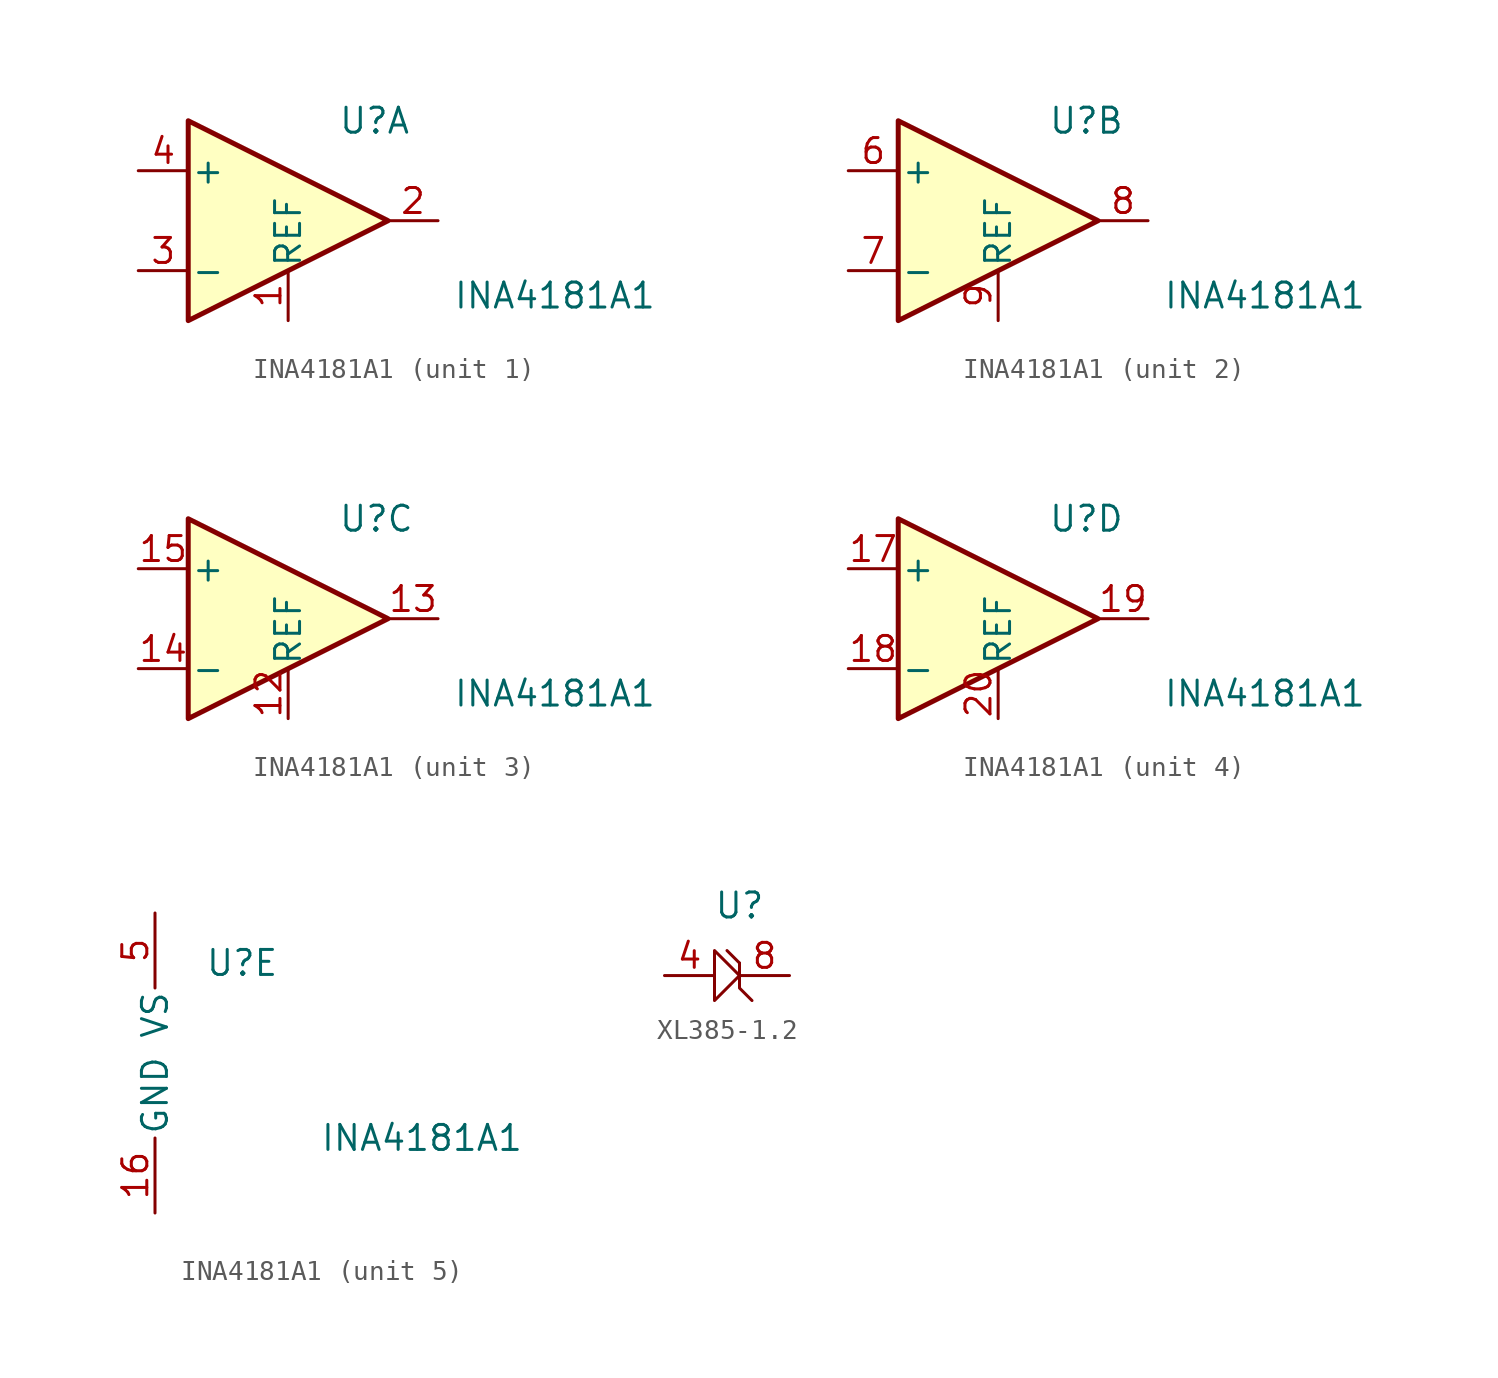
<source format=kicad_sym>
(kicad_symbol_lib
  (version 20241209)
  (generator "kicad_symbol_editor")
  (generator_version "9.0")
  (symbol "INA4181A1"
    (pin_names
      (offset 0.127))
    (property "Reference" "U"
      (at 2.54 5.08 0)
      (effects (font (size 1.27 1.27)) (justify left)))
    (property "Value" "INA4181A1"
      (at 8.382 -3.81 0)
      (effects (font (size 1.27 1.27)) (justify left)))
    (property "ki_locked" ""
      (at 0 0 0)
      (effects (font (size 1.27 1.27))))
    (symbol "INA4181A1_1_1"
      (polyline (pts (xy -5.08 5.08) (xy 5.08 0) (xy -5.08 -5.08) (xy -5.08 5.08)) (stroke (width 0.254) (type default)) (fill (type background)))
      (pin input line (at -7.62 2.54 0) (length 2.54) (name "+" (effects (font (size 1.27 1.27)))) (number "4" (effects (font (size 1.27 1.27)))))
      (pin input line (at -7.62 -2.54 0) (length 2.54) (name "-" (effects (font (size 1.27 1.27)))) (number "3" (effects (font (size 1.27 1.27)))))
      (pin input line (at 0 -5.08 90) (length 2.54) (name "REF" (effects (font (size 1.27 1.27)))) (number "1" (effects (font (size 1.27 1.27)))))
      (pin output line (at 7.62 0 180) (length 2.54) (name "~" (effects (font (size 1.27 1.27)))) (number "2" (effects (font (size 1.27 1.27))))))
    (symbol "INA4181A1_2_1"
      (polyline (pts (xy -5.08 5.08) (xy 5.08 0) (xy -5.08 -5.08) (xy -5.08 5.08)) (stroke (width 0.254) (type default)) (fill (type background)))
      (pin input line (at -7.62 2.54 0) (length 2.54) (name "+" (effects (font (size 1.27 1.27)))) (number "6" (effects (font (size 1.27 1.27)))))
      (pin input line (at -7.62 -2.54 0) (length 2.54) (name "-" (effects (font (size 1.27 1.27)))) (number "7" (effects (font (size 1.27 1.27)))))
      (pin input line (at 0 -5.08 90) (length 2.54) (name "REF" (effects (font (size 1.27 1.27)))) (number "9" (effects (font (size 1.27 1.27)))))
      (pin output line (at 7.62 0 180) (length 2.54) (name "~" (effects (font (size 1.27 1.27)))) (number "8" (effects (font (size 1.27 1.27))))))
    (symbol "INA4181A1_3_1"
      (polyline (pts (xy -5.08 5.08) (xy 5.08 0) (xy -5.08 -5.08) (xy -5.08 5.08)) (stroke (width 0.254) (type default)) (fill (type background)))
      (pin input line (at -7.62 2.54 0) (length 2.54) (name "+" (effects (font (size 1.27 1.27)))) (number "15" (effects (font (size 1.27 1.27)))))
      (pin input line (at -7.62 -2.54 0) (length 2.54) (name "-" (effects (font (size 1.27 1.27)))) (number "14" (effects (font (size 1.27 1.27)))))
      (pin input line (at 0 -5.08 90) (length 2.54) (name "REF" (effects (font (size 1.27 1.27)))) (number "12" (effects (font (size 1.27 1.27)))))
      (pin output line (at 7.62 0 180) (length 2.54) (name "~" (effects (font (size 1.27 1.27)))) (number "13" (effects (font (size 1.27 1.27))))))
    (symbol "INA4181A1_4_1"
      (polyline (pts (xy -5.08 5.08) (xy 5.08 0) (xy -5.08 -5.08) (xy -5.08 5.08)) (stroke (width 0.254) (type default)) (fill (type background)))
      (pin input line (at -7.62 2.54 0) (length 2.54) (name "+" (effects (font (size 1.27 1.27)))) (number "17" (effects (font (size 1.27 1.27)))))
      (pin input line (at -7.62 -2.54 0) (length 2.54) (name "-" (effects (font (size 1.27 1.27)))) (number "18" (effects (font (size 1.27 1.27)))))
      (pin input line (at 0 -5.08 90) (length 2.54) (name "REF" (effects (font (size 1.27 1.27)))) (number "20" (effects (font (size 1.27 1.27)))))
      (pin output line (at 7.62 0 180) (length 2.54) (name "~" (effects (font (size 1.27 1.27)))) (number "19" (effects (font (size 1.27 1.27))))))
    (symbol "INA4181A1_5_1"
      (pin power_in line (at 0 7.62 270) (length 3.81) (name "VS" (effects (font (size 1.27 1.27)))) (number "5" (effects (font (size 1.27 1.27)))))
      (pin power_in line (at 0 -7.62 90) (length 3.81) (name "GND" (effects (font (size 1.27 1.27)))) (number "16" (effects (font (size 1.27 1.27)))))))
  (symbol "XL385-1.2"
    (property "Reference" "U"
      (at 0 3.556 0)
      (effects (font (size 1.27 1.27))))
    (property "Value" ""
      (at 0 0 0)
      (effects (font (size 1.27 1.27))))
    (symbol "XL385-1.2_0_1"
      (polyline (pts (xy 0 0.635) (xy -0.635 1.27)) (stroke (width 0) (type default)) (fill (type none)))
      (polyline (pts (xy 0 0.635) (xy 0 -0.635) (xy 0.635 -1.27)) (stroke (width 0) (type default)) (fill (type none)))
      (polyline (pts (xy 0 0) (xy -1.27 1.27) (xy -1.27 -1.27) (xy 0 0)) (stroke (width 0) (type default)) (fill (type none))))
    (symbol "XL385-1.2_1_1"
      (pin passive line (at -3.81 0 0) (length 2.54) (name "" (effects (font (size 1.27 1.27)))) (number "4" (effects (font (size 1.27 1.27)))))
      (pin passive line (at 2.54 0 180) (length 2.54) (name "" (effects (font (size 1.27 1.27)))) (number "8" (effects (font (size 1.27 1.27))))))))
</source>
